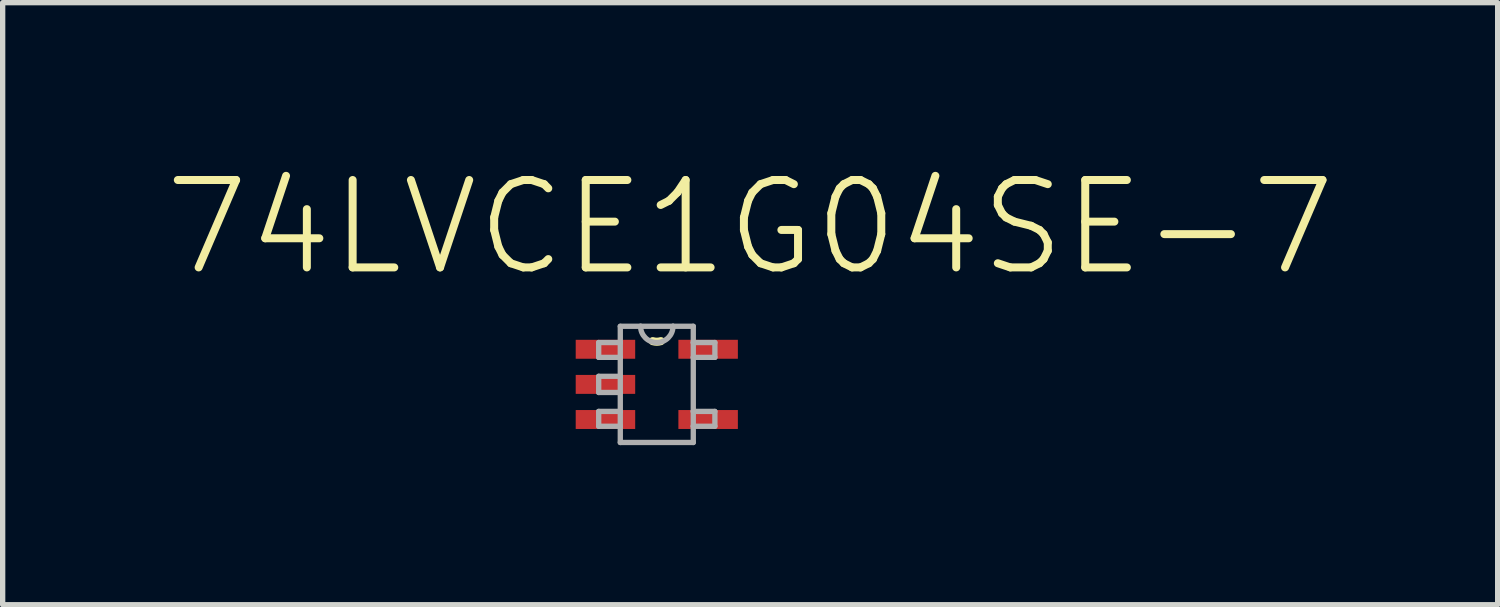
<source format=kicad_pcb>
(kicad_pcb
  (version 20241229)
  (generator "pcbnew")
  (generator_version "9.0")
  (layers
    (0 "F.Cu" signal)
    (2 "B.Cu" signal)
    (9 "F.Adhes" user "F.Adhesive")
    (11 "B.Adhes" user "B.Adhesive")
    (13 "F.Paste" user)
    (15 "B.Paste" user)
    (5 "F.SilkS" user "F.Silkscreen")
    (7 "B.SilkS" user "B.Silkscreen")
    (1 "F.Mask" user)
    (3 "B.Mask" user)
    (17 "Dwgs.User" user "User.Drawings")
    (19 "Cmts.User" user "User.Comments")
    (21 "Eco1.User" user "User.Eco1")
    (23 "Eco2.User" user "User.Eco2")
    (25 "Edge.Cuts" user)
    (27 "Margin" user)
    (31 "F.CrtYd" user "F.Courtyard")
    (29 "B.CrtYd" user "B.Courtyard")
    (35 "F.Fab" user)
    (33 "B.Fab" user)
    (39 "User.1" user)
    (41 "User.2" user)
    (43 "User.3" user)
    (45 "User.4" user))
  (footprint "74LVCE1G04SE-7"
    (layer "F.Cu")
    (at 9.295 4.175)
    (property "Reference" "74LVCE1G04SE-7" (at 1.755 -2.951 0) (layer "F.SilkS") (effects (font (size 1.643 1.643) (thickness 0.15))))
    (attr smd)
    (fp_arc (start 0.0762 -0.8128) (mid 0 -0.801752) (end -0.0762 -0.8128) (stroke (width 0.1524) (type solid)) (layer "F.SilkS"))
    (fp_line (start -1.092 -0.787) (end -1.092 -0.508) (stroke (width 0.1) (type solid)) (layer "F.Fab"))
    (fp_line (start -1.092 -0.508) (end -0.686 -0.508) (stroke (width 0.1) (type solid)) (layer "F.Fab"))
    (fp_line (start -1.092 -0.152) (end -1.092 0.152) (stroke (width 0.1) (type solid)) (layer "F.Fab"))
    (fp_line (start -1.092 0.152) (end -0.686 0.152) (stroke (width 0.1) (type solid)) (layer "F.Fab"))
    (fp_line (start -1.092 0.508) (end -1.092 0.787) (stroke (width 0.1) (type solid)) (layer "F.Fab"))
    (fp_line (start -1.092 0.787) (end -0.686 0.787) (stroke (width 0.1) (type solid)) (layer "F.Fab"))
    (fp_line (start -0.686 -1.092) (end -0.686 -0.787) (stroke (width 0.1) (type solid)) (layer "F.Fab"))
    (fp_line (start -0.686 -0.787) (end -1.092 -0.787) (stroke (width 0.1) (type solid)) (layer "F.Fab"))
    (fp_line (start -0.686 -0.787) (end -0.686 -0.508) (stroke (width 0.1) (type solid)) (layer "F.Fab"))
    (fp_line (start -0.686 -0.508) (end -0.686 -0.152) (stroke (width 0.1) (type solid)) (layer "F.Fab"))
    (fp_line (start -0.686 -0.152) (end -1.092 -0.152) (stroke (width 0.1) (type solid)) (layer "F.Fab"))
    (fp_line (start -0.686 -0.152) (end -0.686 0.152) (stroke (width 0.1) (type solid)) (layer "F.Fab"))
    (fp_line (start -0.686 0.152) (end -0.686 0.508) (stroke (width 0.1) (type solid)) (layer "F.Fab"))
    (fp_line (start -0.686 0.508) (end -1.092 0.508) (stroke (width 0.1) (type solid)) (layer "F.Fab"))
    (fp_line (start -0.686 0.508) (end -0.686 0.787) (stroke (width 0.1) (type solid)) (layer "F.Fab"))
    (fp_line (start -0.686 0.787) (end -0.686 1.092) (stroke (width 0.1) (type solid)) (layer "F.Fab"))
    (fp_line (start -0.686 1.092) (end 0.686 1.092) (stroke (width 0.1) (type solid)) (layer "F.Fab"))
    (fp_line (start -0.305 -1.092) (end -0.686 -1.092) (stroke (width 0.1) (type solid)) (layer "F.Fab"))
    (fp_line (start 0.305 -1.092) (end -0.305 -1.092) (stroke (width 0.1) (type solid)) (layer "F.Fab"))
    (fp_line (start 0.686 -1.092) (end 0.305 -1.092) (stroke (width 0.1) (type solid)) (layer "F.Fab"))
    (fp_line (start 0.686 -0.787) (end 0.686 -1.092) (stroke (width 0.1) (type solid)) (layer "F.Fab"))
    (fp_line (start 0.686 -0.508) (end 0.686 -0.787) (stroke (width 0.1) (type solid)) (layer "F.Fab"))
    (fp_line (start 0.686 -0.508) (end 1.092 -0.508) (stroke (width 0.1) (type solid)) (layer "F.Fab"))
    (fp_line (start 0.686 0.508) (end 0.686 -0.508) (stroke (width 0.1) (type solid)) (layer "F.Fab"))
    (fp_line (start 0.686 0.787) (end 0.686 0.508) (stroke (width 0.1) (type solid)) (layer "F.Fab"))
    (fp_line (start 0.686 0.787) (end 1.092 0.787) (stroke (width 0.1) (type solid)) (layer "F.Fab"))
    (fp_line (start 0.686 1.092) (end 0.686 0.787) (stroke (width 0.1) (type solid)) (layer "F.Fab"))
    (fp_line (start 1.092 -0.787) (end 0.686 -0.787) (stroke (width 0.1) (type solid)) (layer "F.Fab"))
    (fp_line (start 1.092 -0.508) (end 1.092 -0.787) (stroke (width 0.1) (type solid)) (layer "F.Fab"))
    (fp_line (start 1.092 0.508) (end 0.686 0.508) (stroke (width 0.1) (type solid)) (layer "F.Fab"))
    (fp_line (start 1.092 0.787) (end 1.092 0.508) (stroke (width 0.1) (type solid)) (layer "F.Fab"))
    (fp_arc (start 0.3048 -1.0922) (mid 0 -0.7874) (end -0.3048 -1.0922) (stroke (width 0.1) (type solid)) (layer "F.Fab"))
    (pad "1" smd rect (at -0.965 -0.66) (size 1.118 0.356) (layers "F.Cu" "F.Mask" "F.Paste"))
    (pad "2" smd rect (at -0.965 0) (size 1.118 0.356) (layers "F.Cu" "F.Mask" "F.Paste"))
    (pad "3" smd rect (at -0.965 0.66) (size 1.118 0.356) (layers "F.Cu" "F.Mask" "F.Paste"))
    (pad "4" smd rect (at 0.965 0.66) (size 1.118 0.356) (layers "F.Cu" "F.Mask" "F.Paste"))
    (pad "5" smd rect (at 0.965 -0.66) (size 1.118 0.356) (layers "F.Cu" "F.Mask" "F.Paste")))
  (gr_rect
    (start -3 -3)
    (end 25.1 8.317)
    (stroke (width 0.1) (type default))
    (fill no)
    (layer "Edge.Cuts")))
</source>
